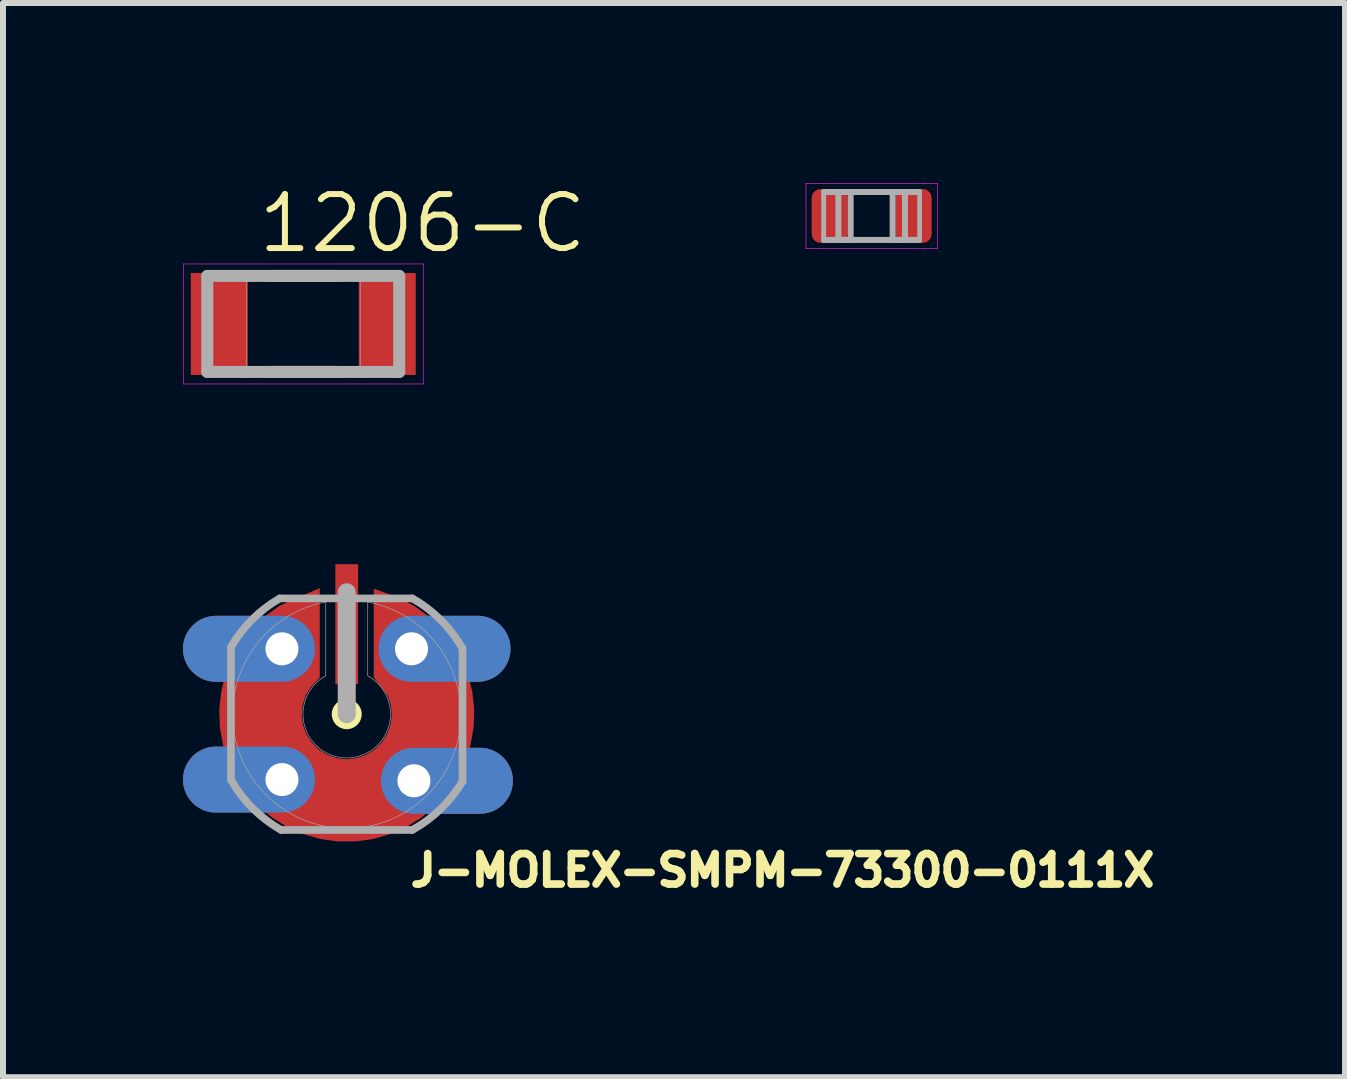
<source format=kicad_pcb>
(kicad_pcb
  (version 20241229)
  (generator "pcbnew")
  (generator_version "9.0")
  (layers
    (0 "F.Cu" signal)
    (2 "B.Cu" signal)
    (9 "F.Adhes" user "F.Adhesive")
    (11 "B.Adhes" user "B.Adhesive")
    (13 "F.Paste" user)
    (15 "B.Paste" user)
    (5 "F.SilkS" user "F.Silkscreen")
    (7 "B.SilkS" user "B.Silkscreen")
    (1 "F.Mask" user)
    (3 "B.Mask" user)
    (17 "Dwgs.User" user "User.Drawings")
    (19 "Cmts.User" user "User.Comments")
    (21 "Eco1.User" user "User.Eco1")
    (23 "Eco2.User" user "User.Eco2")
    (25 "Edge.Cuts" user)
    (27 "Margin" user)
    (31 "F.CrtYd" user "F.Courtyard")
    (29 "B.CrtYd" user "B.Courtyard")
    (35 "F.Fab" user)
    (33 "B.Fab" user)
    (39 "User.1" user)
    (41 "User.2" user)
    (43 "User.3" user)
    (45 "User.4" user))
  (footprint "1206-C"
    (layer "F.Cu")
    (at 2.005 2.35)
    (property "Reference" "1206-C" (at -0.8 -1.15 0) (layer "F.SilkS") (effects (font (size 0.9 0.9) (thickness 0.1)) (justify left bottom)))
    (fp_line (start -0.55 -0.8) (end 0.55 -0.8) (stroke (width 0.2) (type solid)) (layer "F.SilkS"))
    (fp_line (start -0.55 0.8) (end 0.55 0.8) (stroke (width 0.2) (type solid)) (layer "F.SilkS"))
    (fp_line (start -2 -1) (end -2 1) (stroke (width 0.01) (type solid)) (layer "F.CrtYd"))
    (fp_line (start -2 1) (end 2 1) (stroke (width 0.01) (type solid)) (layer "F.CrtYd"))
    (fp_line (start 2 -1) (end -2 -1) (stroke (width 0.01) (type solid)) (layer "F.CrtYd"))
    (fp_line (start 2 1) (end 2 -1) (stroke (width 0.01) (type solid)) (layer "F.CrtYd"))
    (fp_line (start -1.6 -0.8) (end -1.6 0.8) (stroke (width 0.2) (type solid)) (layer "F.Fab"))
    (fp_line (start -1.6 0.8) (end -0.95 0.8) (stroke (width 0.2) (type solid)) (layer "F.Fab"))
    (fp_line (start -0.95 -0.8) (end -1.6 -0.8) (stroke (width 0.2) (type solid)) (layer "F.Fab"))
    (fp_line (start -0.95 -0.8) (end -0.95 0.8) (stroke (width 0.01) (type solid)) (layer "F.Fab"))
    (fp_line (start -0.95 0.8) (end 0.95 0.8) (stroke (width 0.2) (type solid)) (layer "F.Fab"))
    (fp_line (start 0.95 -0.8) (end -0.95 -0.8) (stroke (width 0.2) (type solid)) (layer "F.Fab"))
    (fp_line (start 0.95 -0.8) (end 0.95 0.8) (stroke (width 0.01) (type solid)) (layer "F.Fab"))
    (fp_line (start 0.95 0.8) (end 1.6 0.8) (stroke (width 0.2) (type solid)) (layer "F.Fab"))
    (fp_line (start 1.6 -0.8) (end 0.95 -0.8) (stroke (width 0.2) (type solid)) (layer "F.Fab"))
    (fp_line (start 1.6 0.8) (end 1.6 -0.8) (stroke (width 0.2) (type solid)) (layer "F.Fab"))
    (pad "1" smd rect (at -1.4 0) (size 0.95 1.7) (layers "F.Cu" "F.Mask" "F.Paste"))
    (pad "2" smd rect (at 1.4 0) (size 0.95 1.7) (layers "F.Cu" "F.Mask" "F.Paste")))
  (footprint ".0603-C-NOSILK"
    (layer "F.Cu")
    (at 11.48 0.55)
    (property "Reference" ".0603-C-NOSILK" (at 0 0 0) (layer "F.Mask") (effects (font (size 0.255 0.255) (thickness 0.045))))
    (fp_line (start -0.845 -0.295) (end -0.845 0.295) (stroke (width 0.43) (type solid)) (layer "F.Mask"))
    (fp_line (start -0.8 0.41) (end -0.8 -0.41) (stroke (width 0.08) (type solid)) (layer "F.Mask"))
    (fp_line (start -0.79 -0.4) (end 0.79 -0.4) (stroke (width 0.1) (type solid)) (layer "F.Mask"))
    (fp_line (start -0.555 -0.295) (end -0.845 -0.295) (stroke (width 0.43) (type solid)) (layer "F.Mask"))
    (fp_line (start -0.555 -0.295) (end -0.555 0.295) (stroke (width 0.43) (type solid)) (layer "F.Mask"))
    (fp_line (start -0.555 0.295) (end -0.845 0.295) (stroke (width 0.43) (type solid)) (layer "F.Mask"))
    (fp_line (start 0.555 -0.295) (end 0.555 0.295) (stroke (width 0.43) (type solid)) (layer "F.Mask"))
    (fp_line (start 0.79 0.4) (end -0.79 0.4) (stroke (width 0.1) (type solid)) (layer "F.Mask"))
    (fp_line (start 0.8 -0.41) (end 0.8 0.41) (stroke (width 0.08) (type solid)) (layer "F.Mask"))
    (fp_line (start 0.845 -0.295) (end 0.555 -0.295) (stroke (width 0.43) (type solid)) (layer "F.Mask"))
    (fp_line (start 0.845 -0.295) (end 0.845 0.295) (stroke (width 0.43) (type solid)) (layer "F.Mask"))
    (fp_line (start 0.845 0.295) (end 0.555 0.295) (stroke (width 0.43) (type solid)) (layer "F.Mask"))
    (fp_line (start -1.095 -0.545) (end -1.095 0.545) (stroke (width 0.01) (type solid)) (layer "F.CrtYd"))
    (fp_line (start -1.095 0.545) (end 1.095 0.545) (stroke (width 0.01) (type solid)) (layer "F.CrtYd"))
    (fp_line (start 1.095 -0.545) (end -1.095 -0.545) (stroke (width 0.01) (type solid)) (layer "F.CrtYd"))
    (fp_line (start 1.095 0.545) (end 1.095 -0.545) (stroke (width 0.01) (type solid)) (layer "F.CrtYd"))
    (fp_line (start -0.8 0.41) (end -0.8 -0.41) (stroke (width 0.08) (type solid)) (layer "F.Fab"))
    (fp_line (start -0.79 -0.4) (end 0.79 -0.4) (stroke (width 0.1) (type solid)) (layer "F.Fab"))
    (fp_line (start 0.79 0.4) (end -0.79 0.4) (stroke (width 0.1) (type solid)) (layer "F.Fab"))
    (fp_line (start 0.8 -0.41) (end 0.8 0.41) (stroke (width 0.08) (type solid)) (layer "F.Fab"))
    (fp_poly (pts (xy -0.555 0.4) (xy -0.35 0.4) (xy -0.35 -0.4) (xy -0.555 -0.4)) (stroke (width 0.1) (type solid)) (fill no) (layer "F.Fab"))
    (fp_poly (pts (xy 0.35 0.4) (xy 0.555 0.4) (xy 0.555 -0.4) (xy 0.35 -0.4)) (stroke (width 0.1) (type solid)) (fill no) (layer "F.Fab"))
    (pad "1" smd roundrect (at -0.7 0) (size 0.6 0.9) (layers "F.Cu" "F.Paste") (roundrect_rratio 0.25))
    (pad "2" smd roundrect (at 0.7 0) (size 0.6 0.9) (layers "F.Cu" "F.Paste") (roundrect_rratio 0.25)))
  (footprint "J-MOLEX-SMPM-73300-0111X"
    (layer "F.Cu")
    (at 2.73 8.855)
    (property "Reference" "J-MOLEX-SMPM-73300-0111X" (at 1 2.9 0) (layer "F.SilkS") (effects (font (size 0.508 0.508) (thickness 0.127)) (justify left bottom)))
    (fp_poly (pts (xy -0.45 -0.61) (xy -0.599 -0.452) (xy -0.684 -0.31) (xy -0.735 -0.152) (xy -0.751 0.014) (xy -0.729 0.179) (xy -0.672 0.335) (xy -0.582 0.474) (xy -0.463 0.591) (xy -0.322 0.678) (xy -0.165 0.732) (xy 0 0.751) (xy 0.165 0.732) (xy 0.322 0.678) (xy 0.463 0.591) (xy 0.582 0.474) (xy 0.672 0.335) (xy 0.729 0.179) (xy 0.751 0.014) (xy 0.735 -0.152) (xy 0.686 -0.304) (xy 0.45 -0.616) (xy 0.45 -2.092) (xy 0.857 -1.946) (xy 1.12 -1.808) (xy 1.361 -1.634) (xy 1.575 -1.428) (xy 1.759 -1.195) (xy 1.908 -0.938) (xy 2.02 -0.663) (xy 2.093 -0.375) (xy 2.125 -0.079) (xy 2.115 0.218) (xy 2.064 0.51) (xy 1.973 0.793) (xy 1.843 1.06) (xy 1.677 1.307) (xy 1.479 1.528) (xy 1.251 1.719) (xy 1 1.877) (xy 0.728 1.998) (xy 0.443 2.08) (xy 0.149 2.121) (xy -0.149 2.121) (xy -0.443 2.08) (xy -0.728 1.998) (xy -1 1.877) (xy -1.251 1.719) (xy -1.479 1.528) (xy -1.677 1.307) (xy -1.843 1.06) (xy -1.973 0.793) (xy -2.064 0.51) (xy -2.115 0.218) (xy -2.125 -0.079) (xy -2.093 -0.375) (xy -2.02 -0.663) (xy -1.908 -0.938) (xy -1.759 -1.195) (xy -1.575 -1.428) (xy -1.361 -1.634) (xy -1.117 -1.81) (xy -0.45 -2.103)) (stroke (width 0) (type solid)) (fill yes) (layer "F.Cu"))
    (fp_poly (pts (xy -0.45 -0.515) (xy -0.573 -0.36) (xy -0.639 -0.224) (xy -0.673 -0.076) (xy -0.673 0.076) (xy -0.639 0.224) (xy -0.573 0.36) (xy -0.479 0.479) (xy -0.36 0.573) (xy -0.224 0.639) (xy -0.076 0.673) (xy 0.076 0.673) (xy 0.224 0.639) (xy 0.36 0.573) (xy 0.479 0.479) (xy 0.573 0.36) (xy 0.639 0.224) (xy 0.673 0.076) (xy 0.673 -0.076) (xy 0.64 -0.218) (xy 0.45 -0.521) (xy 0.45 -2.19) (xy 0.864 -2.048) (xy 1.137 -1.91) (xy 1.387 -1.737) (xy 1.612 -1.531) (xy 1.807 -1.296) (xy 1.967 -1.037) (xy 2.091 -0.758) (xy 2.175 -0.465) (xy 2.219 -0.164) (xy 2.221 0.141) (xy 2.181 0.444) (xy 2.1 0.738) (xy 1.98 1.018) (xy 1.823 1.279) (xy 1.631 1.516) (xy 1.409 1.725) (xy 1.16 1.901) (xy 0.89 2.042) (xy 0.603 2.145) (xy 0.304 2.207) (xy 0 2.228) (xy -0.304 2.207) (xy -0.603 2.145) (xy -0.89 2.042) (xy -1.16 1.901) (xy -1.409 1.725) (xy -1.631 1.516) (xy -1.823 1.279) (xy -1.98 1.018) (xy -2.1 0.738) (xy -2.181 0.444) (xy -2.221 0.141) (xy -2.219 -0.164) (xy -2.175 -0.465) (xy -2.091 -0.758) (xy -1.967 -1.037) (xy -1.807 -1.296) (xy -1.612 -1.531) (xy -1.387 -1.737) (xy -1.134 -1.912) (xy -0.45 -2.201)) (stroke (width 0) (type solid)) (fill yes) (layer "F.Mask"))
    (fp_circle (center 0 0) (end 0.125 0) (stroke (width 0.25) (type solid)) (fill yes) (layer "F.SilkS"))
    (fp_line (start -1.93 1.092) (end -1.93 -1.118) (stroke (width 0.127) (type solid)) (layer "F.Fab"))
    (fp_line (start -1.118 -1.93) (end 1.092 -1.93) (stroke (width 0.127) (type solid)) (layer "F.Fab"))
    (fp_line (start -0.35 -1.87) (end -0.35 -0.64) (stroke (width 0.01) (type solid)) (layer "F.Fab"))
    (fp_line (start 0 0) (end 0 -2.032) (stroke (width 0.3) (type solid)) (layer "F.Fab"))
    (fp_line (start 0.35 -0.64) (end 0.35 -1.87) (stroke (width 0.01) (type solid)) (layer "F.Fab"))
    (fp_line (start 1.092 1.93) (end -1.092 1.93) (stroke (width 0.127) (type solid)) (layer "F.Fab"))
    (fp_line (start 1.93 -1.092) (end 1.93 1.118) (stroke (width 0.127) (type solid)) (layer "F.Fab"))
    (fp_arc (start -1.9304 -1.1176) (mid -1.577471 -1.577471) (end -1.1176 -1.9304) (stroke (width 0.127) (type solid)) (layer "F.Fab"))
    (fp_arc (start -1.0922 1.9304) (mid -1.568103 1.568103) (end -1.9304 1.0922) (stroke (width 0.127) (type solid)) (layer "F.Fab"))
    (fp_arc (start 0.35 -1.87) (mid 0 1.902472) (end -0.35 -1.87) (stroke (width 0.01) (type solid)) (layer "F.Fab"))
    (fp_arc (start 0.35 -0.64) (mid 0 0.729452) (end -0.35 -0.64) (stroke (width 0.01) (type solid)) (layer "F.Fab"))
    (fp_arc (start 1.0922 -1.9304) (mid 1.568334 -1.568334) (end 1.9304 -1.0922) (stroke (width 0.127) (type solid)) (layer "F.Fab"))
    (fp_arc (start 1.9304 1.1176) (mid 1.565581 1.579977) (end 1.0922 1.9304) (stroke (width 0.127) (type solid)) (layer "F.Fab"))
    (pad "P$1" thru_hole oval (at -1.08 1.09 180) (size 2.2 1.1) (drill 0.55 (offset 0.55 0)) (layers "*.Cu" "*.Mask"))
    (pad "P$2" thru_hole oval (at 1.12 1.11) (size 2.2 1.1) (drill 0.55 (offset 0.55 0)) (layers "*.Cu" "*.Mask"))
    (pad "P$3" thru_hole oval (at 1.08 -1.09) (size 2.2 1.1) (drill 0.55 (offset 0.55 0)) (layers "*.Cu" "*.Mask"))
    (pad "P$4" thru_hole oval (at -1.08 -1.09 180) (size 2.2 1.1) (drill 0.55 (offset 0.55 0)) (layers "*.Cu" "*.Mask"))
    (pad "RF-DOWN" smd rect (at 0 -1.5 180) (size 0.38 2) (layers "F.Cu" "F.Mask")))
  (gr_rect
    (start -3 -3)
    (end 19.371 14.906)
    (stroke (width 0.1) (type default))
    (fill no)
    (layer "Edge.Cuts")))
</source>
